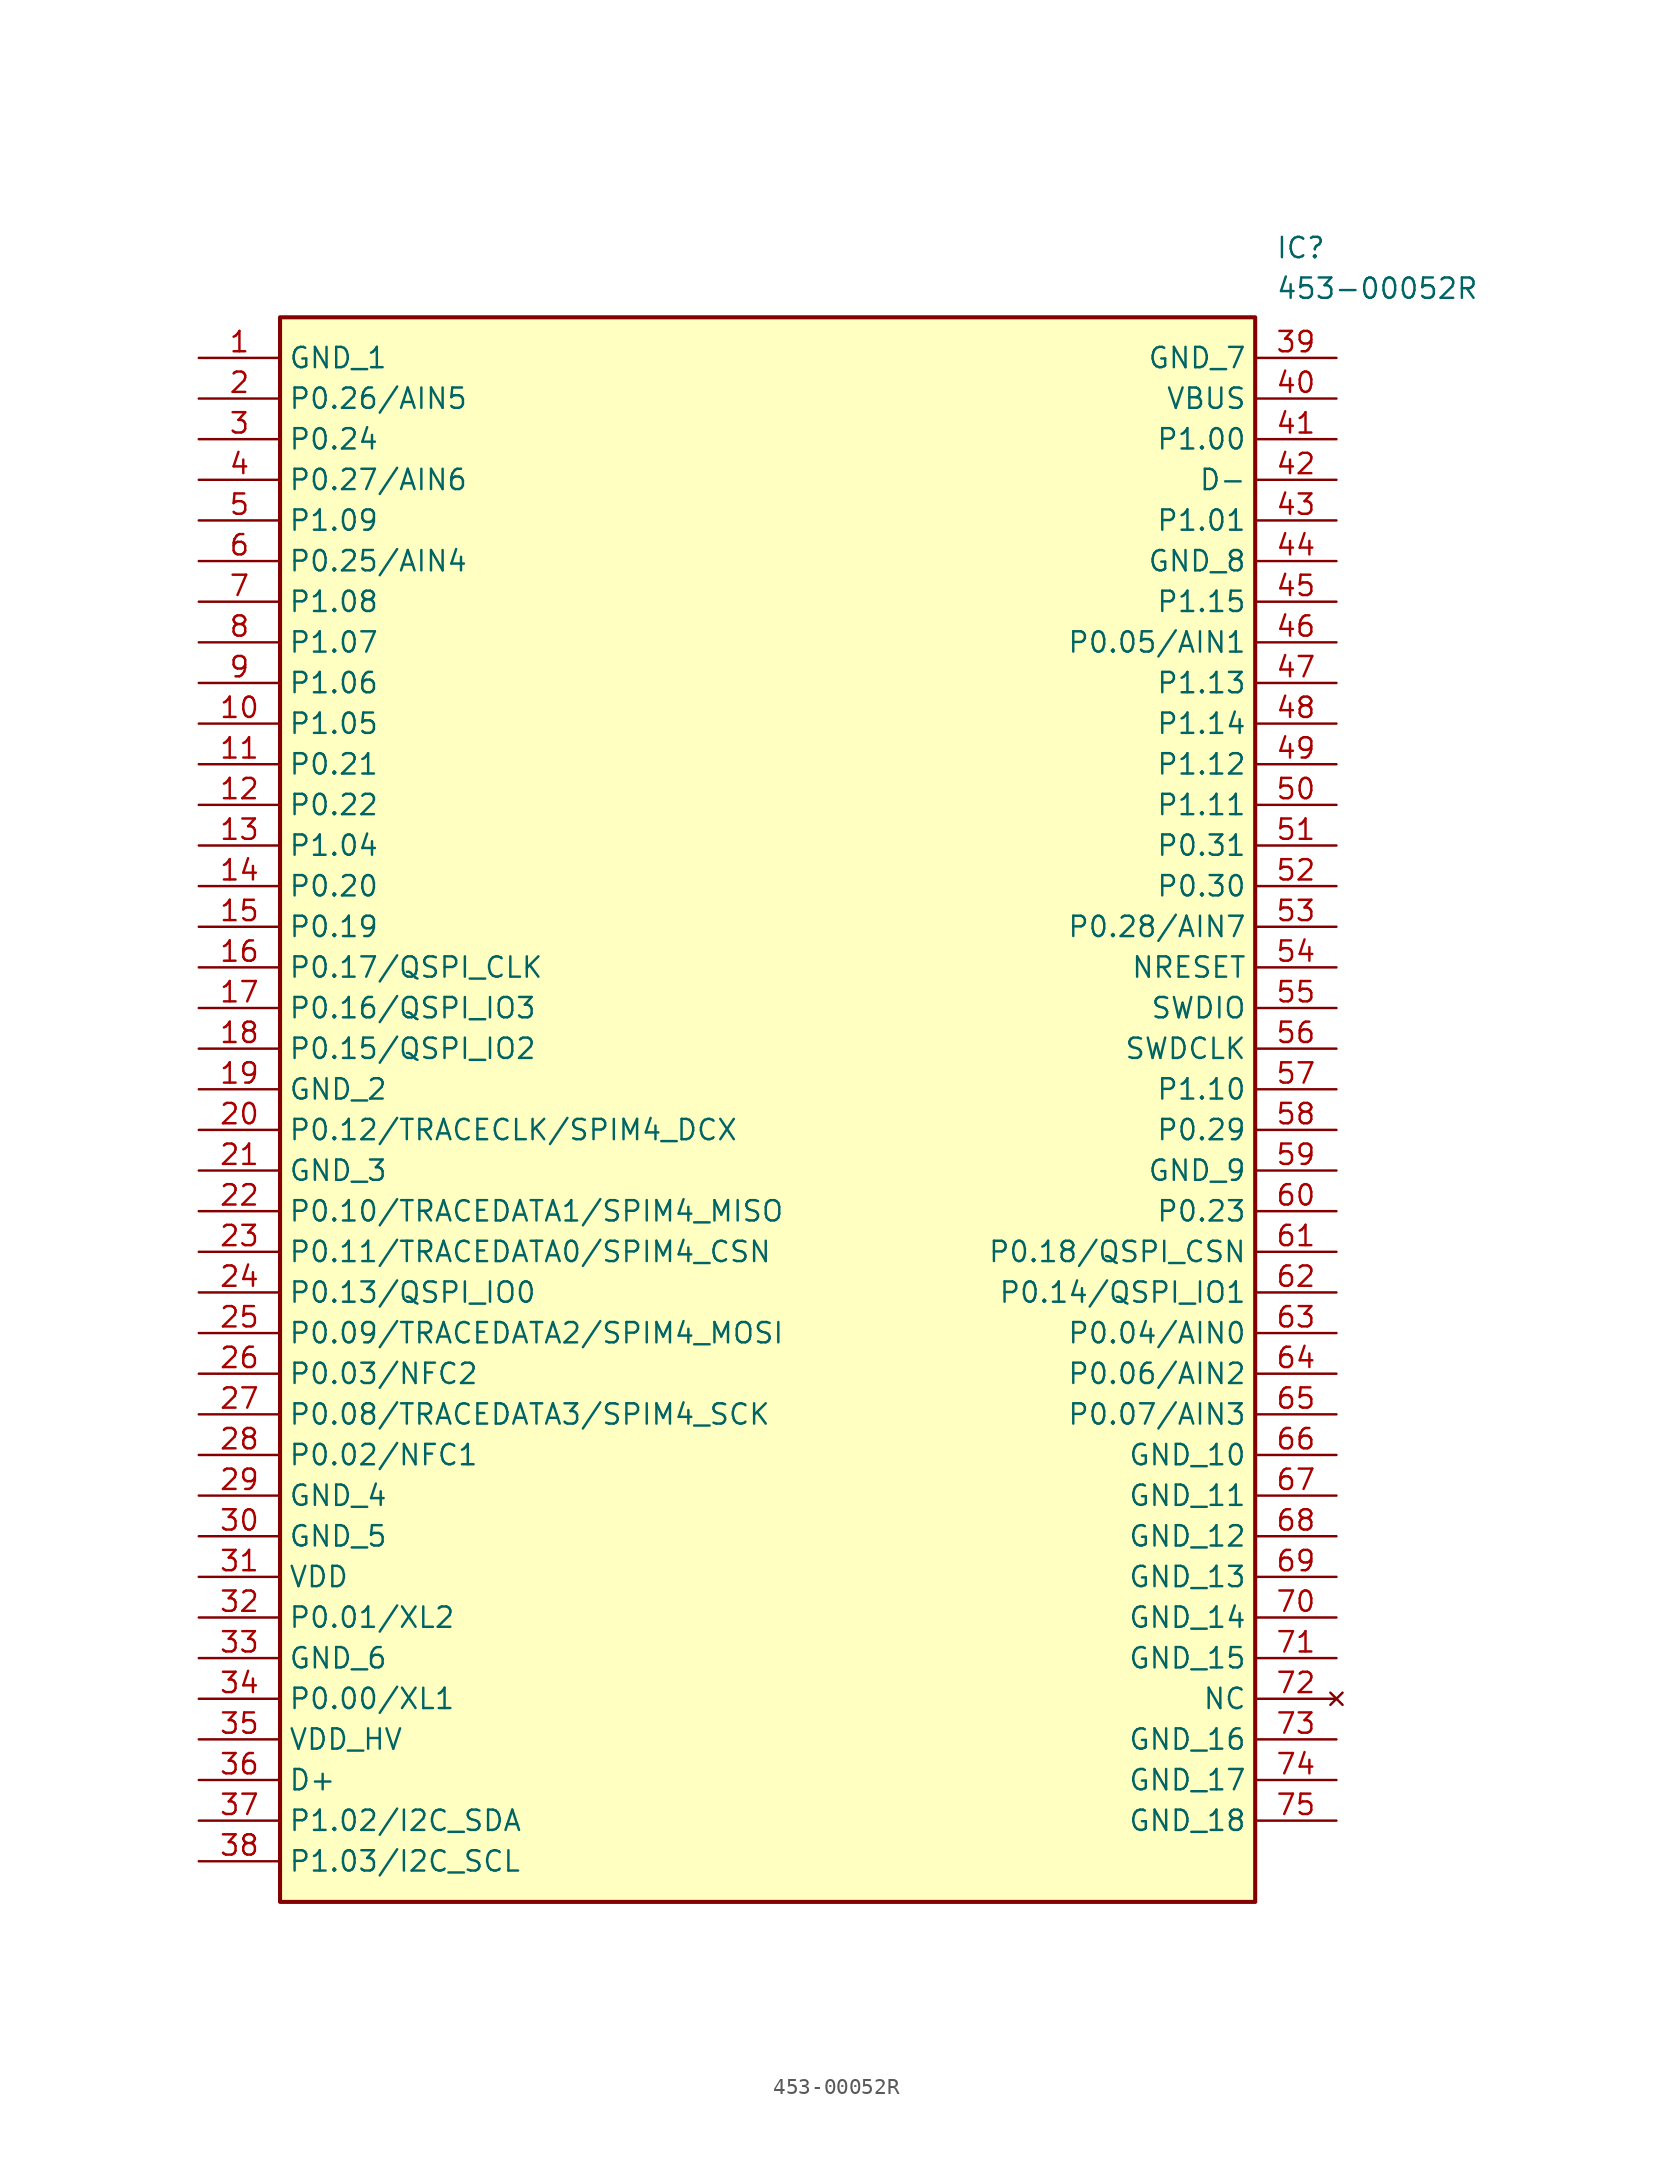
<source format=kicad_sym>
(kicad_symbol_lib
  (version 20220914)
  (generator kicad_symbol_editor)
  (symbol "453-00052R"
    (property "Reference" "IC"
      (at 67.31 7.62 0)
      (effects (font (size 1.27 1.27)) (justify left top)))
    (property "Value" "453-00052R"
      (at 67.31 5.08 0)
      (effects (font (size 1.27 1.27)) (justify left top)))
    (symbol "453-00052R_1_1"
      (rectangle (start 5.08 2.54) (end 66.04 -96.52) (stroke (width 0.254) (type default)) (fill (type background)))
      (pin passive line (at 0 0 0) (length 5.08) (name "GND_1" (effects (font (size 1.27 1.27)))) (number "1" (effects (font (size 1.27 1.27)))))
      (pin passive line (at 0 -22.86 0) (length 5.08) (name "P1.05" (effects (font (size 1.27 1.27)))) (number "10" (effects (font (size 1.27 1.27)))))
      (pin passive line (at 0 -25.4 0) (length 5.08) (name "P0.21" (effects (font (size 1.27 1.27)))) (number "11" (effects (font (size 1.27 1.27)))))
      (pin passive line (at 0 -27.94 0) (length 5.08) (name "P0.22" (effects (font (size 1.27 1.27)))) (number "12" (effects (font (size 1.27 1.27)))))
      (pin passive line (at 0 -30.48 0) (length 5.08) (name "P1.04" (effects (font (size 1.27 1.27)))) (number "13" (effects (font (size 1.27 1.27)))))
      (pin passive line (at 0 -33.02 0) (length 5.08) (name "P0.20" (effects (font (size 1.27 1.27)))) (number "14" (effects (font (size 1.27 1.27)))))
      (pin passive line (at 0 -35.56 0) (length 5.08) (name "P0.19" (effects (font (size 1.27 1.27)))) (number "15" (effects (font (size 1.27 1.27)))))
      (pin passive line (at 0 -38.1 0) (length 5.08) (name "P0.17/QSPI_CLK" (effects (font (size 1.27 1.27)))) (number "16" (effects (font (size 1.27 1.27)))))
      (pin passive line (at 0 -40.64 0) (length 5.08) (name "P0.16/QSPI_IO3" (effects (font (size 1.27 1.27)))) (number "17" (effects (font (size 1.27 1.27)))))
      (pin passive line (at 0 -43.18 0) (length 5.08) (name "P0.15/QSPI_IO2" (effects (font (size 1.27 1.27)))) (number "18" (effects (font (size 1.27 1.27)))))
      (pin passive line (at 0 -45.72 0) (length 5.08) (name "GND_2" (effects (font (size 1.27 1.27)))) (number "19" (effects (font (size 1.27 1.27)))))
      (pin passive line (at 0 -2.54 0) (length 5.08) (name "P0.26/AIN5" (effects (font (size 1.27 1.27)))) (number "2" (effects (font (size 1.27 1.27)))))
      (pin passive line (at 0 -48.26 0) (length 5.08) (name "P0.12/TRACECLK/SPIM4_DCX" (effects (font (size 1.27 1.27)))) (number "20" (effects (font (size 1.27 1.27)))))
      (pin passive line (at 0 -50.8 0) (length 5.08) (name "GND_3" (effects (font (size 1.27 1.27)))) (number "21" (effects (font (size 1.27 1.27)))))
      (pin passive line (at 0 -53.34 0) (length 5.08) (name "P0.10/TRACEDATA1/SPIM4_MISO" (effects (font (size 1.27 1.27)))) (number "22" (effects (font (size 1.27 1.27)))))
      (pin passive line (at 0 -55.88 0) (length 5.08) (name "P0.11/TRACEDATA0/SPIM4_CSN" (effects (font (size 1.27 1.27)))) (number "23" (effects (font (size 1.27 1.27)))))
      (pin passive line (at 0 -58.42 0) (length 5.08) (name "P0.13/QSPI_IO0" (effects (font (size 1.27 1.27)))) (number "24" (effects (font (size 1.27 1.27)))))
      (pin passive line (at 0 -60.96 0) (length 5.08) (name "P0.09/TRACEDATA2/SPIM4_MOSI" (effects (font (size 1.27 1.27)))) (number "25" (effects (font (size 1.27 1.27)))))
      (pin passive line (at 0 -63.5 0) (length 5.08) (name "P0.03/NFC2" (effects (font (size 1.27 1.27)))) (number "26" (effects (font (size 1.27 1.27)))))
      (pin passive line (at 0 -66.04 0) (length 5.08) (name "P0.08/TRACEDATA3/SPIM4_SCK" (effects (font (size 1.27 1.27)))) (number "27" (effects (font (size 1.27 1.27)))))
      (pin passive line (at 0 -68.58 0) (length 5.08) (name "P0.02/NFC1" (effects (font (size 1.27 1.27)))) (number "28" (effects (font (size 1.27 1.27)))))
      (pin passive line (at 0 -71.12 0) (length 5.08) (name "GND_4" (effects (font (size 1.27 1.27)))) (number "29" (effects (font (size 1.27 1.27)))))
      (pin passive line (at 0 -5.08 0) (length 5.08) (name "P0.24" (effects (font (size 1.27 1.27)))) (number "3" (effects (font (size 1.27 1.27)))))
      (pin passive line (at 0 -73.66 0) (length 5.08) (name "GND_5" (effects (font (size 1.27 1.27)))) (number "30" (effects (font (size 1.27 1.27)))))
      (pin passive line (at 0 -76.2 0) (length 5.08) (name "VDD" (effects (font (size 1.27 1.27)))) (number "31" (effects (font (size 1.27 1.27)))))
      (pin passive line (at 0 -78.74 0) (length 5.08) (name "P0.01/XL2" (effects (font (size 1.27 1.27)))) (number "32" (effects (font (size 1.27 1.27)))))
      (pin passive line (at 0 -81.28 0) (length 5.08) (name "GND_6" (effects (font (size 1.27 1.27)))) (number "33" (effects (font (size 1.27 1.27)))))
      (pin passive line (at 0 -83.82 0) (length 5.08) (name "P0.00/XL1" (effects (font (size 1.27 1.27)))) (number "34" (effects (font (size 1.27 1.27)))))
      (pin passive line (at 0 -86.36 0) (length 5.08) (name "VDD_HV" (effects (font (size 1.27 1.27)))) (number "35" (effects (font (size 1.27 1.27)))))
      (pin passive line (at 0 -88.9 0) (length 5.08) (name "D+" (effects (font (size 1.27 1.27)))) (number "36" (effects (font (size 1.27 1.27)))))
      (pin passive line (at 0 -91.44 0) (length 5.08) (name "P1.02/I2C_SDA" (effects (font (size 1.27 1.27)))) (number "37" (effects (font (size 1.27 1.27)))))
      (pin passive line (at 0 -93.98 0) (length 5.08) (name "P1.03/I2C_SCL" (effects (font (size 1.27 1.27)))) (number "38" (effects (font (size 1.27 1.27)))))
      (pin passive line (at 71.12 0 180) (length 5.08) (name "GND_7" (effects (font (size 1.27 1.27)))) (number "39" (effects (font (size 1.27 1.27)))))
      (pin passive line (at 0 -7.62 0) (length 5.08) (name "P0.27/AIN6" (effects (font (size 1.27 1.27)))) (number "4" (effects (font (size 1.27 1.27)))))
      (pin passive line (at 71.12 -2.54 180) (length 5.08) (name "VBUS" (effects (font (size 1.27 1.27)))) (number "40" (effects (font (size 1.27 1.27)))))
      (pin passive line (at 71.12 -5.08 180) (length 5.08) (name "P1.00" (effects (font (size 1.27 1.27)))) (number "41" (effects (font (size 1.27 1.27)))))
      (pin passive line (at 71.12 -7.62 180) (length 5.08) (name "D-" (effects (font (size 1.27 1.27)))) (number "42" (effects (font (size 1.27 1.27)))))
      (pin passive line (at 71.12 -10.16 180) (length 5.08) (name "P1.01" (effects (font (size 1.27 1.27)))) (number "43" (effects (font (size 1.27 1.27)))))
      (pin passive line (at 71.12 -12.7 180) (length 5.08) (name "GND_8" (effects (font (size 1.27 1.27)))) (number "44" (effects (font (size 1.27 1.27)))))
      (pin passive line (at 71.12 -15.24 180) (length 5.08) (name "P1.15" (effects (font (size 1.27 1.27)))) (number "45" (effects (font (size 1.27 1.27)))))
      (pin passive line (at 71.12 -17.78 180) (length 5.08) (name "P0.05/AIN1" (effects (font (size 1.27 1.27)))) (number "46" (effects (font (size 1.27 1.27)))))
      (pin passive line (at 71.12 -20.32 180) (length 5.08) (name "P1.13" (effects (font (size 1.27 1.27)))) (number "47" (effects (font (size 1.27 1.27)))))
      (pin passive line (at 71.12 -22.86 180) (length 5.08) (name "P1.14" (effects (font (size 1.27 1.27)))) (number "48" (effects (font (size 1.27 1.27)))))
      (pin passive line (at 71.12 -25.4 180) (length 5.08) (name "P1.12" (effects (font (size 1.27 1.27)))) (number "49" (effects (font (size 1.27 1.27)))))
      (pin passive line (at 0 -10.16 0) (length 5.08) (name "P1.09" (effects (font (size 1.27 1.27)))) (number "5" (effects (font (size 1.27 1.27)))))
      (pin passive line (at 71.12 -27.94 180) (length 5.08) (name "P1.11" (effects (font (size 1.27 1.27)))) (number "50" (effects (font (size 1.27 1.27)))))
      (pin passive line (at 71.12 -30.48 180) (length 5.08) (name "P0.31" (effects (font (size 1.27 1.27)))) (number "51" (effects (font (size 1.27 1.27)))))
      (pin passive line (at 71.12 -33.02 180) (length 5.08) (name "P0.30" (effects (font (size 1.27 1.27)))) (number "52" (effects (font (size 1.27 1.27)))))
      (pin passive line (at 71.12 -35.56 180) (length 5.08) (name "P0.28/AIN7" (effects (font (size 1.27 1.27)))) (number "53" (effects (font (size 1.27 1.27)))))
      (pin passive line (at 71.12 -38.1 180) (length 5.08) (name "NRESET" (effects (font (size 1.27 1.27)))) (number "54" (effects (font (size 1.27 1.27)))))
      (pin passive line (at 71.12 -40.64 180) (length 5.08) (name "SWDIO" (effects (font (size 1.27 1.27)))) (number "55" (effects (font (size 1.27 1.27)))))
      (pin passive line (at 71.12 -43.18 180) (length 5.08) (name "SWDCLK" (effects (font (size 1.27 1.27)))) (number "56" (effects (font (size 1.27 1.27)))))
      (pin passive line (at 71.12 -45.72 180) (length 5.08) (name "P1.10" (effects (font (size 1.27 1.27)))) (number "57" (effects (font (size 1.27 1.27)))))
      (pin passive line (at 71.12 -48.26 180) (length 5.08) (name "P0.29" (effects (font (size 1.27 1.27)))) (number "58" (effects (font (size 1.27 1.27)))))
      (pin passive line (at 71.12 -50.8 180) (length 5.08) (name "GND_9" (effects (font (size 1.27 1.27)))) (number "59" (effects (font (size 1.27 1.27)))))
      (pin passive line (at 0 -12.7 0) (length 5.08) (name "P0.25/AIN4" (effects (font (size 1.27 1.27)))) (number "6" (effects (font (size 1.27 1.27)))))
      (pin passive line (at 71.12 -53.34 180) (length 5.08) (name "P0.23" (effects (font (size 1.27 1.27)))) (number "60" (effects (font (size 1.27 1.27)))))
      (pin passive line (at 71.12 -55.88 180) (length 5.08) (name "P0.18/QSPI_CSN" (effects (font (size 1.27 1.27)))) (number "61" (effects (font (size 1.27 1.27)))))
      (pin passive line (at 71.12 -58.42 180) (length 5.08) (name "P0.14/QSPI_IO1" (effects (font (size 1.27 1.27)))) (number "62" (effects (font (size 1.27 1.27)))))
      (pin passive line (at 71.12 -60.96 180) (length 5.08) (name "P0.04/AIN0" (effects (font (size 1.27 1.27)))) (number "63" (effects (font (size 1.27 1.27)))))
      (pin passive line (at 71.12 -63.5 180) (length 5.08) (name "P0.06/AIN2" (effects (font (size 1.27 1.27)))) (number "64" (effects (font (size 1.27 1.27)))))
      (pin passive line (at 71.12 -66.04 180) (length 5.08) (name "P0.07/AIN3" (effects (font (size 1.27 1.27)))) (number "65" (effects (font (size 1.27 1.27)))))
      (pin passive line (at 71.12 -68.58 180) (length 5.08) (name "GND_10" (effects (font (size 1.27 1.27)))) (number "66" (effects (font (size 1.27 1.27)))))
      (pin passive line (at 71.12 -71.12 180) (length 5.08) (name "GND_11" (effects (font (size 1.27 1.27)))) (number "67" (effects (font (size 1.27 1.27)))))
      (pin passive line (at 71.12 -73.66 180) (length 5.08) (name "GND_12" (effects (font (size 1.27 1.27)))) (number "68" (effects (font (size 1.27 1.27)))))
      (pin passive line (at 71.12 -76.2 180) (length 5.08) (name "GND_13" (effects (font (size 1.27 1.27)))) (number "69" (effects (font (size 1.27 1.27)))))
      (pin passive line (at 0 -15.24 0) (length 5.08) (name "P1.08" (effects (font (size 1.27 1.27)))) (number "7" (effects (font (size 1.27 1.27)))))
      (pin passive line (at 71.12 -78.74 180) (length 5.08) (name "GND_14" (effects (font (size 1.27 1.27)))) (number "70" (effects (font (size 1.27 1.27)))))
      (pin passive line (at 71.12 -81.28 180) (length 5.08) (name "GND_15" (effects (font (size 1.27 1.27)))) (number "71" (effects (font (size 1.27 1.27)))))
      (pin no_connect line (at 71.12 -83.82 180) (length 5.08) (name "NC" (effects (font (size 1.27 1.27)))) (number "72" (effects (font (size 1.27 1.27)))))
      (pin passive line (at 71.12 -86.36 180) (length 5.08) (name "GND_16" (effects (font (size 1.27 1.27)))) (number "73" (effects (font (size 1.27 1.27)))))
      (pin passive line (at 71.12 -88.9 180) (length 5.08) (name "GND_17" (effects (font (size 1.27 1.27)))) (number "74" (effects (font (size 1.27 1.27)))))
      (pin passive line (at 71.12 -91.44 180) (length 5.08) (name "GND_18" (effects (font (size 1.27 1.27)))) (number "75" (effects (font (size 1.27 1.27)))))
      (pin passive line (at 0 -17.78 0) (length 5.08) (name "P1.07" (effects (font (size 1.27 1.27)))) (number "8" (effects (font (size 1.27 1.27)))))
      (pin passive line (at 0 -20.32 0) (length 5.08) (name "P1.06" (effects (font (size 1.27 1.27)))) (number "9" (effects (font (size 1.27 1.27))))))))
</source>
